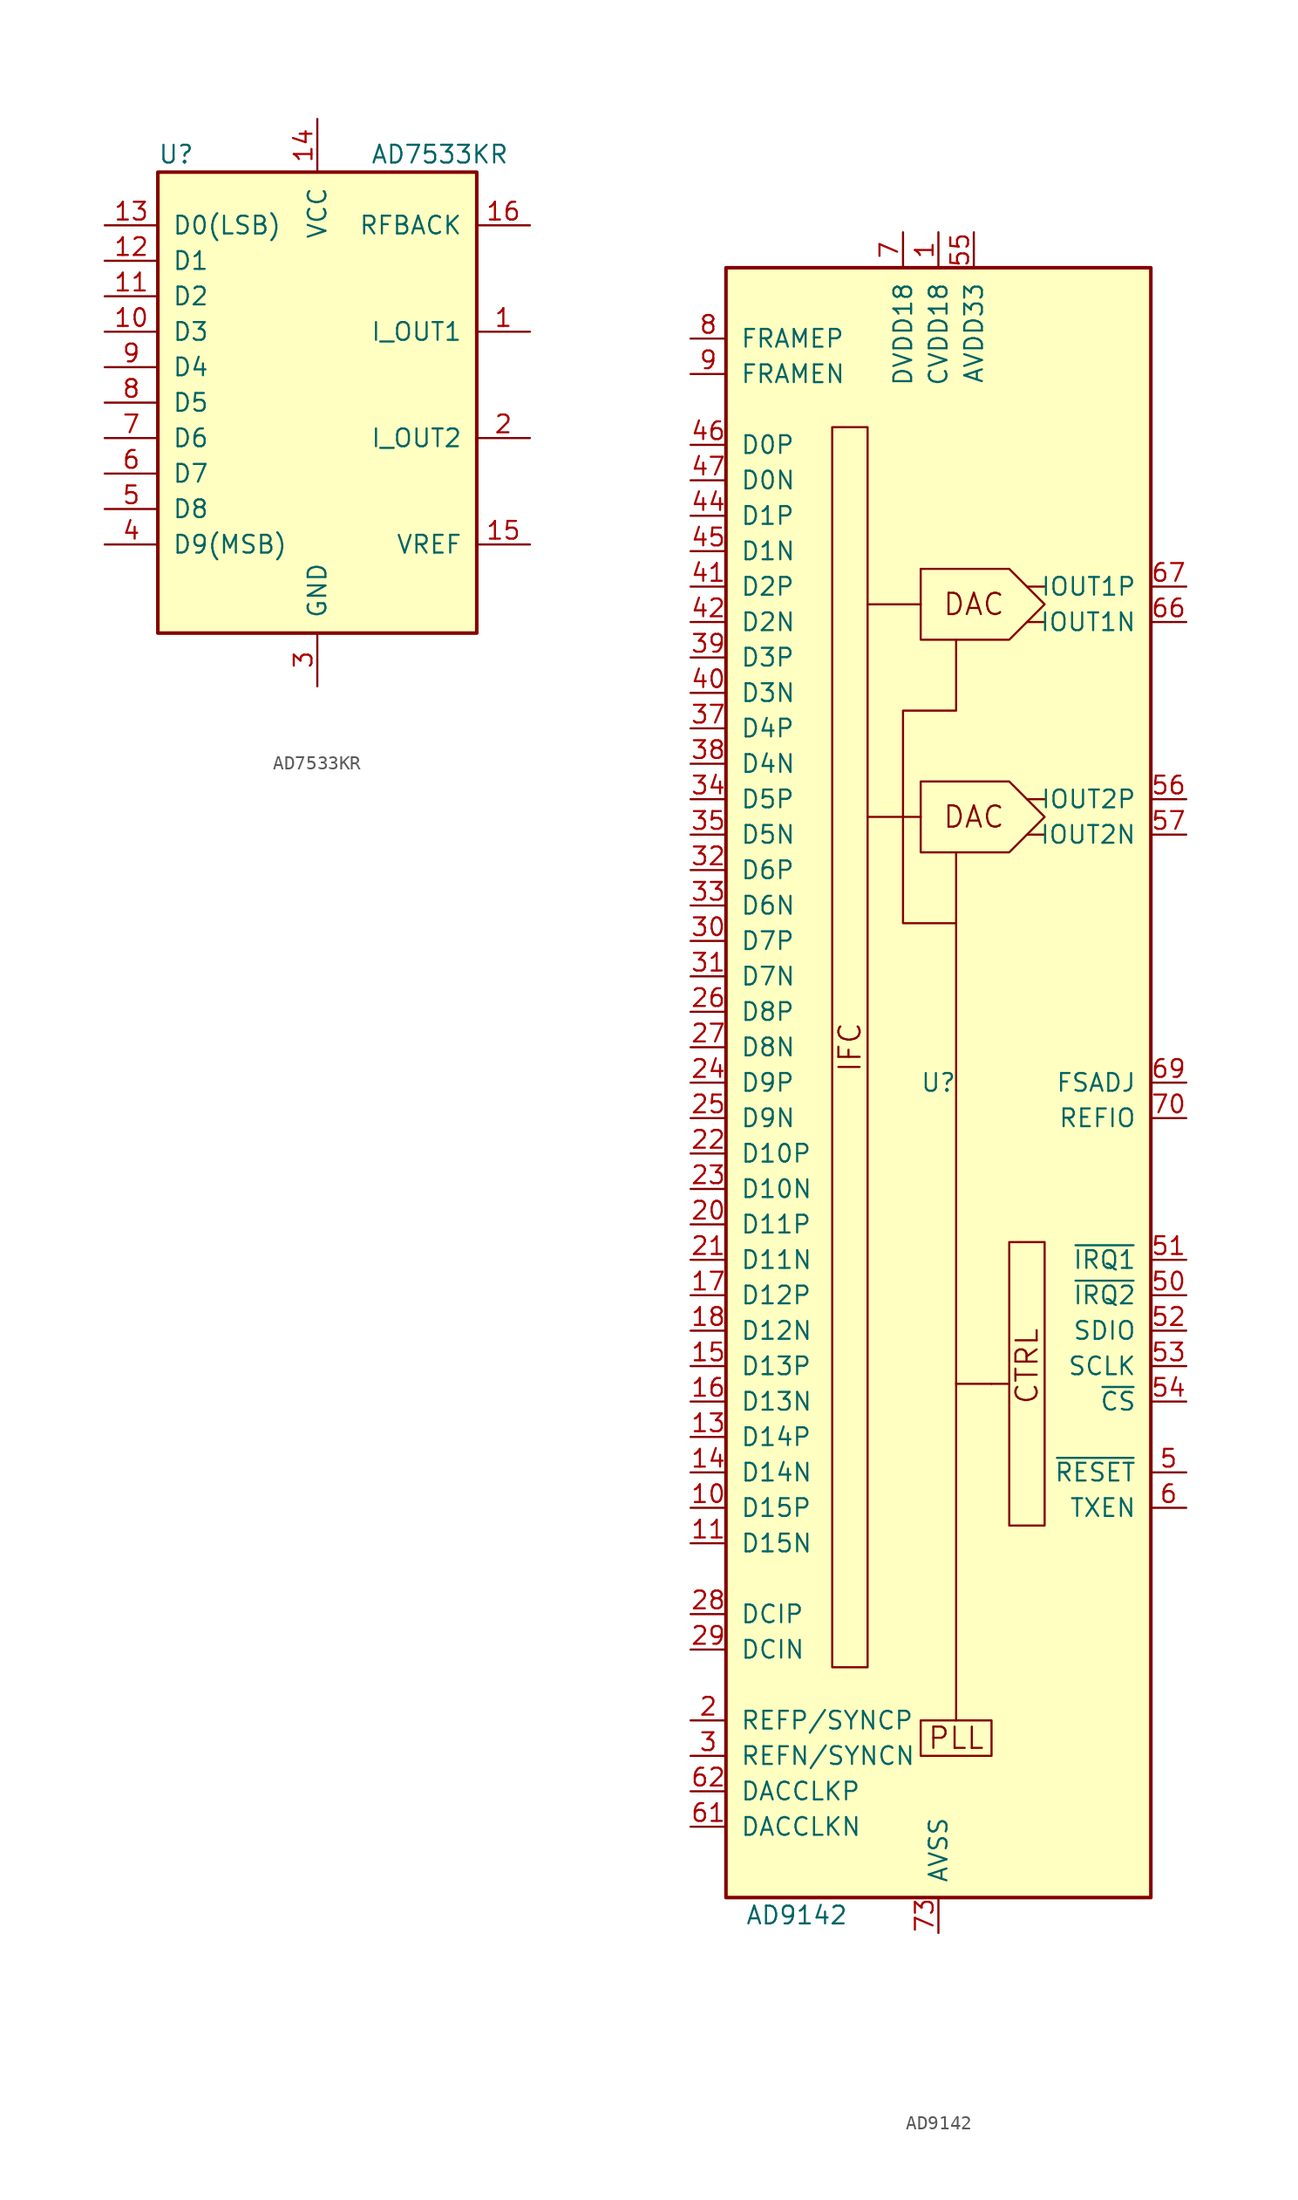
<source format=kicad_sym>
(kicad_symbol_lib
  (version 20201005)
  (generator kicad_symbol_editor)
  (symbol "AD7533KR"
    (pin_names
      (offset 1.016))
    (property "Reference" "U"
      (at -11.43 17.78 0)
      (effects (font (size 1.27 1.27)) (justify left)))
    (property "Value" "AD7533KR"
      (at 3.81 17.78 0)
      (effects (font (size 1.27 1.27)) (justify left)))
    (symbol "AD7533KR_0_1"
      (rectangle (start -11.43 -16.51) (end 11.43 16.51) (stroke (width 0.254)) (fill (type background))))
    (symbol "AD7533KR_1_1"
      (pin passive line (at 15.24 5.08 180) (length 3.81) (name "I_OUT1" (effects (font (size 1.27 1.27)))) (number "1" (effects (font (size 1.27 1.27)))))
      (pin input line (at -15.24 5.08 0) (length 3.81) (name "D3" (effects (font (size 1.27 1.27)))) (number "10" (effects (font (size 1.27 1.27)))))
      (pin input line (at -15.24 7.62 0) (length 3.81) (name "D2" (effects (font (size 1.27 1.27)))) (number "11" (effects (font (size 1.27 1.27)))))
      (pin input line (at -15.24 10.16 0) (length 3.81) (name "D1" (effects (font (size 1.27 1.27)))) (number "12" (effects (font (size 1.27 1.27)))))
      (pin input line (at -15.24 12.7 0) (length 3.81) (name "D0(LSB)" (effects (font (size 1.27 1.27)))) (number "13" (effects (font (size 1.27 1.27)))))
      (pin power_in line (at 0 20.32 270) (length 3.81) (name "VCC" (effects (font (size 1.27 1.27)))) (number "14" (effects (font (size 1.27 1.27)))))
      (pin passive line (at 15.24 -10.16 180) (length 3.81) (name "VREF" (effects (font (size 1.27 1.27)))) (number "15" (effects (font (size 1.27 1.27)))))
      (pin passive line (at 15.24 12.7 180) (length 3.81) (name "RFBACK" (effects (font (size 1.27 1.27)))) (number "16" (effects (font (size 1.27 1.27)))))
      (pin passive line (at 15.24 -2.54 180) (length 3.81) (name "I_OUT2" (effects (font (size 1.27 1.27)))) (number "2" (effects (font (size 1.27 1.27)))))
      (pin power_in line (at 0 -20.32 90) (length 3.81) (name "GND" (effects (font (size 1.27 1.27)))) (number "3" (effects (font (size 1.27 1.27)))))
      (pin input line (at -15.24 -10.16 0) (length 3.81) (name "D9(MSB)" (effects (font (size 1.27 1.27)))) (number "4" (effects (font (size 1.27 1.27)))))
      (pin input line (at -15.24 -7.62 0) (length 3.81) (name "D8" (effects (font (size 1.27 1.27)))) (number "5" (effects (font (size 1.27 1.27)))))
      (pin input line (at -15.24 -5.08 0) (length 3.81) (name "D7" (effects (font (size 1.27 1.27)))) (number "6" (effects (font (size 1.27 1.27)))))
      (pin input line (at -15.24 -2.54 0) (length 3.81) (name "D6" (effects (font (size 1.27 1.27)))) (number "7" (effects (font (size 1.27 1.27)))))
      (pin input line (at -15.24 0 0) (length 3.81) (name "D5" (effects (font (size 1.27 1.27)))) (number "8" (effects (font (size 1.27 1.27)))))
      (pin input line (at -15.24 2.54 0) (length 3.81) (name "D4" (effects (font (size 1.27 1.27)))) (number "9" (effects (font (size 1.27 1.27)))))))
  (symbol "AD9142"
    (pin_names
      (offset 1.016))
    (property "Reference" "U"
      (at 0 0 0)
      (effects (font (size 1.27 1.27))))
    (property "Value" "AD9142"
      (at -10.16 -59.69 0)
      (effects (font (size 1.27 1.27))))
    (symbol "AD9142_0_0"
      (text "CTRL" (at 6.35 -20.32 900) (effects (font (size 1.524 1.524))))
      (text "DAC" (at 2.54 19.05 0) (effects (font (size 1.524 1.524))))
      (text "DAC" (at 2.54 34.29 0) (effects (font (size 1.524 1.524))))
      (text "IFC" (at -6.35 2.54 900) (effects (font (size 1.524 1.524))))
      (text "PLL" (at 1.27 -46.99 0) (effects (font (size 1.524 1.524))))
      (rectangle (start -7.62 46.99) (end -5.08 -41.91) (stroke (width 0)) (fill (type none)))
      (rectangle (start -1.27 -45.72) (end 3.81 -48.26) (stroke (width 0)) (fill (type none)))
      (rectangle (start 5.08 -11.43) (end 7.62 -31.75) (stroke (width 0)) (fill (type none)))
      (polyline (pts (xy -1.27 19.05) (xy -5.08 19.05)) (stroke (width 0)) (fill (type none)))
      (polyline (pts (xy -1.27 34.29) (xy -5.08 34.29)) (stroke (width 0)) (fill (type none)))
      (polyline (pts (xy 1.27 -45.72) (xy 1.27 16.51)) (stroke (width 0)) (fill (type none)))
      (polyline (pts (xy 3.81 -21.59) (xy 1.27 -21.59)) (stroke (width 0)) (fill (type none)))
      (polyline (pts (xy 5.08 -21.59) (xy 3.81 -21.59)) (stroke (width 0)) (fill (type none)))
      (polyline (pts (xy 6.35 17.78) (xy 7.62 17.78)) (stroke (width 0)) (fill (type none)))
      (polyline (pts (xy 6.35 20.32) (xy 7.62 20.32)) (stroke (width 0)) (fill (type none)))
      (polyline (pts (xy 6.35 33.02) (xy 7.62 33.02)) (stroke (width 0)) (fill (type none)))
      (polyline (pts (xy 6.35 35.56) (xy 7.62 35.56)) (stroke (width 0)) (fill (type none)))
      (polyline (pts (xy 1.27 11.43) (xy -2.54 11.43) (xy -2.54 26.67) (xy 1.27 26.67) (xy 1.27 31.75)) (stroke (width 0)) (fill (type none)))
      (polyline (pts (xy -1.27 21.59) (xy 5.08 21.59) (xy 7.62 19.05) (xy 5.08 16.51) (xy -1.27 16.51) (xy -1.27 21.59)) (stroke (width 0)) (fill (type none)))
      (polyline (pts (xy -1.27 36.83) (xy 5.08 36.83) (xy 7.62 34.29) (xy 5.08 31.75) (xy -1.27 31.75) (xy -1.27 36.83)) (stroke (width 0)) (fill (type none))))
    (symbol "AD9142_0_1"
      (rectangle (start -15.24 58.42) (end 15.24 -58.42) (stroke (width 0.254)) (fill (type background))))
    (symbol "AD9142_1_1"
      (pin power_in line (at 0 60.96 270) (length 2.54) (name "CVDD18" (effects (font (size 1.27 1.27)))) (number "1" (effects (font (size 1.27 1.27)))))
      (pin input line (at -17.78 -30.48 0) (length 2.54) (name "D15P" (effects (font (size 1.27 1.27)))) (number "10" (effects (font (size 1.27 1.27)))))
      (pin input line (at -17.78 -33.02 0) (length 2.54) (name "D15N" (effects (font (size 1.27 1.27)))) (number "11" (effects (font (size 1.27 1.27)))))
      (pin passive line (at -2.54 60.96 270) (length 2.54) hide (name "DVDD18" (effects (font (size 1.27 1.27)))) (number "12" (effects (font (size 1.27 1.27)))))
      (pin input line (at -17.78 -25.4 0) (length 2.54) (name "D14P" (effects (font (size 1.27 1.27)))) (number "13" (effects (font (size 1.27 1.27)))))
      (pin input line (at -17.78 -27.94 0) (length 2.54) (name "D14N" (effects (font (size 1.27 1.27)))) (number "14" (effects (font (size 1.27 1.27)))))
      (pin input line (at -17.78 -20.32 0) (length 2.54) (name "D13P" (effects (font (size 1.27 1.27)))) (number "15" (effects (font (size 1.27 1.27)))))
      (pin input line (at -17.78 -22.86 0) (length 2.54) (name "D13N" (effects (font (size 1.27 1.27)))) (number "16" (effects (font (size 1.27 1.27)))))
      (pin input line (at -17.78 -15.24 0) (length 2.54) (name "D12P" (effects (font (size 1.27 1.27)))) (number "17" (effects (font (size 1.27 1.27)))))
      (pin input line (at -17.78 -17.78 0) (length 2.54) (name "D12N" (effects (font (size 1.27 1.27)))) (number "18" (effects (font (size 1.27 1.27)))))
      (pin passive line (at -2.54 60.96 270) (length 2.54) hide (name "DVDD18" (effects (font (size 1.27 1.27)))) (number "19" (effects (font (size 1.27 1.27)))))
      (pin input line (at -17.78 -45.72 0) (length 2.54) (name "REFP/SYNCP" (effects (font (size 1.27 1.27)))) (number "2" (effects (font (size 1.27 1.27)))))
      (pin input line (at -17.78 -10.16 0) (length 2.54) (name "D11P" (effects (font (size 1.27 1.27)))) (number "20" (effects (font (size 1.27 1.27)))))
      (pin input line (at -17.78 -12.7 0) (length 2.54) (name "D11N" (effects (font (size 1.27 1.27)))) (number "21" (effects (font (size 1.27 1.27)))))
      (pin input line (at -17.78 -5.08 0) (length 2.54) (name "D10P" (effects (font (size 1.27 1.27)))) (number "22" (effects (font (size 1.27 1.27)))))
      (pin input line (at -17.78 -7.62 0) (length 2.54) (name "D10N" (effects (font (size 1.27 1.27)))) (number "23" (effects (font (size 1.27 1.27)))))
      (pin input line (at -17.78 0 0) (length 2.54) (name "D9P" (effects (font (size 1.27 1.27)))) (number "24" (effects (font (size 1.27 1.27)))))
      (pin input line (at -17.78 -2.54 0) (length 2.54) (name "D9N" (effects (font (size 1.27 1.27)))) (number "25" (effects (font (size 1.27 1.27)))))
      (pin input line (at -17.78 5.08 0) (length 2.54) (name "D8P" (effects (font (size 1.27 1.27)))) (number "26" (effects (font (size 1.27 1.27)))))
      (pin input line (at -17.78 2.54 0) (length 2.54) (name "D8N" (effects (font (size 1.27 1.27)))) (number "27" (effects (font (size 1.27 1.27)))))
      (pin input line (at -17.78 -38.1 0) (length 2.54) (name "DCIP" (effects (font (size 1.27 1.27)))) (number "28" (effects (font (size 1.27 1.27)))))
      (pin input line (at -17.78 -40.64 0) (length 2.54) (name "DCIN" (effects (font (size 1.27 1.27)))) (number "29" (effects (font (size 1.27 1.27)))))
      (pin input line (at -17.78 -48.26 0) (length 2.54) (name "REFN/SYNCN" (effects (font (size 1.27 1.27)))) (number "3" (effects (font (size 1.27 1.27)))))
      (pin input line (at -17.78 10.16 0) (length 2.54) (name "D7P" (effects (font (size 1.27 1.27)))) (number "30" (effects (font (size 1.27 1.27)))))
      (pin input line (at -17.78 7.62 0) (length 2.54) (name "D7N" (effects (font (size 1.27 1.27)))) (number "31" (effects (font (size 1.27 1.27)))))
      (pin input line (at -17.78 15.24 0) (length 2.54) (name "D6P" (effects (font (size 1.27 1.27)))) (number "32" (effects (font (size 1.27 1.27)))))
      (pin input line (at -17.78 12.7 0) (length 2.54) (name "D6N" (effects (font (size 1.27 1.27)))) (number "33" (effects (font (size 1.27 1.27)))))
      (pin input line (at -17.78 20.32 0) (length 2.54) (name "D5P" (effects (font (size 1.27 1.27)))) (number "34" (effects (font (size 1.27 1.27)))))
      (pin input line (at -17.78 17.78 0) (length 2.54) (name "D5N" (effects (font (size 1.27 1.27)))) (number "35" (effects (font (size 1.27 1.27)))))
      (pin passive line (at -2.54 60.96 270) (length 2.54) hide (name "DVDD18" (effects (font (size 1.27 1.27)))) (number "36" (effects (font (size 1.27 1.27)))))
      (pin input line (at -17.78 25.4 0) (length 2.54) (name "D4P" (effects (font (size 1.27 1.27)))) (number "37" (effects (font (size 1.27 1.27)))))
      (pin input line (at -17.78 22.86 0) (length 2.54) (name "D4N" (effects (font (size 1.27 1.27)))) (number "38" (effects (font (size 1.27 1.27)))))
      (pin input line (at -17.78 30.48 0) (length 2.54) (name "D3P" (effects (font (size 1.27 1.27)))) (number "39" (effects (font (size 1.27 1.27)))))
      (pin passive line (at 0 60.96 270) (length 2.54) hide (name "CVDD18" (effects (font (size 1.27 1.27)))) (number "4" (effects (font (size 1.27 1.27)))))
      (pin input line (at -17.78 27.94 0) (length 2.54) (name "D3N" (effects (font (size 1.27 1.27)))) (number "40" (effects (font (size 1.27 1.27)))))
      (pin input line (at -17.78 35.56 0) (length 2.54) (name "D2P" (effects (font (size 1.27 1.27)))) (number "41" (effects (font (size 1.27 1.27)))))
      (pin input line (at -17.78 33.02 0) (length 2.54) (name "D2N" (effects (font (size 1.27 1.27)))) (number "42" (effects (font (size 1.27 1.27)))))
      (pin passive line (at -2.54 60.96 270) (length 2.54) hide (name "DVDD18" (effects (font (size 1.27 1.27)))) (number "43" (effects (font (size 1.27 1.27)))))
      (pin input line (at -17.78 40.64 0) (length 2.54) (name "D1P" (effects (font (size 1.27 1.27)))) (number "44" (effects (font (size 1.27 1.27)))))
      (pin input line (at -17.78 38.1 0) (length 2.54) (name "D1N" (effects (font (size 1.27 1.27)))) (number "45" (effects (font (size 1.27 1.27)))))
      (pin input line (at -17.78 45.72 0) (length 2.54) (name "D0P" (effects (font (size 1.27 1.27)))) (number "46" (effects (font (size 1.27 1.27)))))
      (pin input line (at -17.78 43.18 0) (length 2.54) (name "D0N" (effects (font (size 1.27 1.27)))) (number "47" (effects (font (size 1.27 1.27)))))
      (pin passive line (at -2.54 60.96 270) (length 2.54) hide (name "DVDD18" (effects (font (size 1.27 1.27)))) (number "48" (effects (font (size 1.27 1.27)))))
      (pin passive line (at -2.54 60.96 270) (length 2.54) hide (name "DVDD18" (effects (font (size 1.27 1.27)))) (number "49" (effects (font (size 1.27 1.27)))))
      (pin input line (at 17.78 -27.94 180) (length 2.54) (name "~RESET" (effects (font (size 1.27 1.27)))) (number "5" (effects (font (size 1.27 1.27)))))
      (pin input line (at 17.78 -15.24 180) (length 2.54) (name "~IRQ2" (effects (font (size 1.27 1.27)))) (number "50" (effects (font (size 1.27 1.27)))))
      (pin input line (at 17.78 -12.7 180) (length 2.54) (name "~IRQ1" (effects (font (size 1.27 1.27)))) (number "51" (effects (font (size 1.27 1.27)))))
      (pin bidirectional line (at 17.78 -17.78 180) (length 2.54) (name "SDIO" (effects (font (size 1.27 1.27)))) (number "52" (effects (font (size 1.27 1.27)))))
      (pin input line (at 17.78 -20.32 180) (length 2.54) (name "SCLK" (effects (font (size 1.27 1.27)))) (number "53" (effects (font (size 1.27 1.27)))))
      (pin input line (at 17.78 -22.86 180) (length 2.54) (name "~CS" (effects (font (size 1.27 1.27)))) (number "54" (effects (font (size 1.27 1.27)))))
      (pin power_in line (at 2.54 60.96 270) (length 2.54) (name "AVDD33" (effects (font (size 1.27 1.27)))) (number "55" (effects (font (size 1.27 1.27)))))
      (pin output line (at 17.78 20.32 180) (length 2.54) (name "IOUT2P" (effects (font (size 1.27 1.27)))) (number "56" (effects (font (size 1.27 1.27)))))
      (pin output line (at 17.78 17.78 180) (length 2.54) (name "IOUT2N" (effects (font (size 1.27 1.27)))) (number "57" (effects (font (size 1.27 1.27)))))
      (pin passive line (at 2.54 60.96 270) (length 2.54) hide (name "AVDD33" (effects (font (size 1.27 1.27)))) (number "58" (effects (font (size 1.27 1.27)))))
      (pin passive line (at 0 60.96 270) (length 2.54) hide (name "CVDD18" (effects (font (size 1.27 1.27)))) (number "59" (effects (font (size 1.27 1.27)))))
      (pin input line (at 17.78 -30.48 180) (length 2.54) (name "TXEN" (effects (font (size 1.27 1.27)))) (number "6" (effects (font (size 1.27 1.27)))))
      (pin passive line (at 0 60.96 270) (length 2.54) hide (name "CVDD18" (effects (font (size 1.27 1.27)))) (number "60" (effects (font (size 1.27 1.27)))))
      (pin input line (at -17.78 -53.34 0) (length 2.54) (name "DACCLKN" (effects (font (size 1.27 1.27)))) (number "61" (effects (font (size 1.27 1.27)))))
      (pin input line (at -17.78 -50.8 0) (length 2.54) (name "DACCLKP" (effects (font (size 1.27 1.27)))) (number "62" (effects (font (size 1.27 1.27)))))
      (pin passive line (at 0 60.96 270) (length 2.54) hide (name "CVDD18" (effects (font (size 1.27 1.27)))) (number "63" (effects (font (size 1.27 1.27)))))
      (pin passive line (at 0 60.96 270) (length 2.54) hide (name "CVDD18" (effects (font (size 1.27 1.27)))) (number "64" (effects (font (size 1.27 1.27)))))
      (pin passive line (at 2.54 60.96 270) (length 2.54) hide (name "AVDD33" (effects (font (size 1.27 1.27)))) (number "65" (effects (font (size 1.27 1.27)))))
      (pin output line (at 17.78 33.02 180) (length 2.54) (name "IOUT1N" (effects (font (size 1.27 1.27)))) (number "66" (effects (font (size 1.27 1.27)))))
      (pin output line (at 17.78 35.56 180) (length 2.54) (name "IOUT1P" (effects (font (size 1.27 1.27)))) (number "67" (effects (font (size 1.27 1.27)))))
      (pin passive line (at 2.54 60.96 270) (length 2.54) hide (name "AVDD33" (effects (font (size 1.27 1.27)))) (number "68" (effects (font (size 1.27 1.27)))))
      (pin input line (at 17.78 0 180) (length 2.54) (name "FSADJ" (effects (font (size 1.27 1.27)))) (number "69" (effects (font (size 1.27 1.27)))))
      (pin power_in line (at -2.54 60.96 270) (length 2.54) (name "DVDD18" (effects (font (size 1.27 1.27)))) (number "7" (effects (font (size 1.27 1.27)))))
      (pin input line (at 17.78 -2.54 180) (length 2.54) (name "REFIO" (effects (font (size 1.27 1.27)))) (number "70" (effects (font (size 1.27 1.27)))))
      (pin passive line (at 0 60.96 270) (length 2.54) hide (name "CVDD18" (effects (font (size 1.27 1.27)))) (number "71" (effects (font (size 1.27 1.27)))))
      (pin passive line (at 0 60.96 270) (length 2.54) hide (name "CVDD18" (effects (font (size 1.27 1.27)))) (number "72" (effects (font (size 1.27 1.27)))))
      (pin power_in line (at 0 -60.96 90) (length 2.54) (name "AVSS" (effects (font (size 1.27 1.27)))) (number "73" (effects (font (size 1.27 1.27)))))
      (pin input line (at -17.78 53.34 0) (length 2.54) (name "FRAMEP" (effects (font (size 1.27 1.27)))) (number "8" (effects (font (size 1.27 1.27)))))
      (pin input line (at -17.78 50.8 0) (length 2.54) (name "FRAMEN" (effects (font (size 1.27 1.27)))) (number "9" (effects (font (size 1.27 1.27))))))))
</source>
